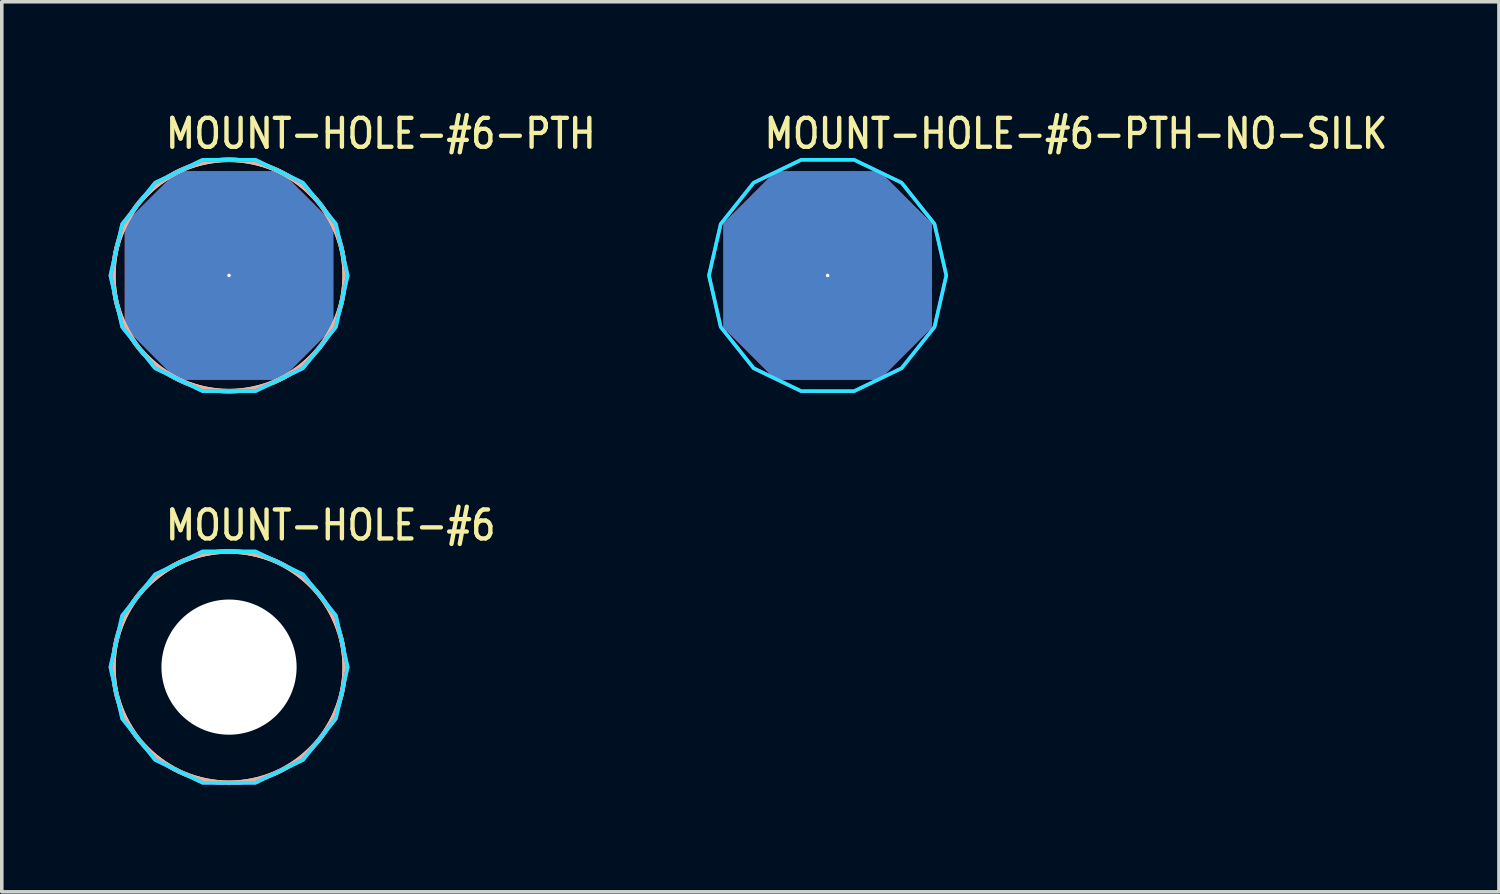
<source format=kicad_pcb>
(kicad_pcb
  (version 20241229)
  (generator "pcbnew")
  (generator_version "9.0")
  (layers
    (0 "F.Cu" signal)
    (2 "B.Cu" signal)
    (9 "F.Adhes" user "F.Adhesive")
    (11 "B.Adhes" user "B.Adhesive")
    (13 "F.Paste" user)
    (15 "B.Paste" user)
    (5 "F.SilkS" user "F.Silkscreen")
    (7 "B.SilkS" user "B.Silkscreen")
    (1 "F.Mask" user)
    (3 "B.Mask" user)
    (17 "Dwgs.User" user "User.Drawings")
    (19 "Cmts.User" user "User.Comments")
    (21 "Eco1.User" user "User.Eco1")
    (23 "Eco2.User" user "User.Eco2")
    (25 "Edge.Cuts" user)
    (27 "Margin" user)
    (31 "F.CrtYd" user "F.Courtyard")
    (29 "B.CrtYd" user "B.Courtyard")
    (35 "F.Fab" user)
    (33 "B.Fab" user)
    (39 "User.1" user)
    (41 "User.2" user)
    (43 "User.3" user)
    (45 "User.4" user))
  (footprint "MOUNT-HOLE-#6-PTH-NO-SILK"
    (layer "F.Cu")
    (at 20.2 4.689)
    (property "Reference" "MOUNT-HOLE-#6-PTH-NO-SILK" (at -1.84 -3.51 0) (unlocked yes) (layer "F.SilkS") (effects (font (size 0.813 0.695) (thickness 0.122)) (justify left bottom)))
    (fp_poly (pts (xy 3.334 0) (xy 3.003 -1.446) (xy 2.078 -2.606) (xy 0.742 -3.25) (xy -0.742 -3.25) (xy -2.078 -2.606) (xy -3.003 -1.446) (xy -3.334 0) (xy -3.003 1.446) (xy -2.078 2.606) (xy -0.742 3.25) (xy 0.742 3.25) (xy 2.078 2.606) (xy 3.003 1.446)) (stroke (width 0.1) (type solid)) (fill no) (layer "B.CrtYd"))
    (fp_poly (pts (xy 3.334 0) (xy 3.003 -1.446) (xy 2.078 -2.606) (xy 0.742 -3.25) (xy -0.742 -3.25) (xy -2.078 -2.606) (xy -3.003 -1.446) (xy -3.334 0) (xy -3.003 1.446) (xy -2.078 2.606) (xy -0.742 3.25) (xy 0.742 3.25) (xy 2.078 2.606) (xy 3.003 1.446)) (stroke (width 0.1) (type solid)) (fill no) (layer "F.CrtYd"))
    (pad "1" thru_hole custom (at 0 0) (size 0.1 0.1) (drill 3.797) (layers "*.Cu" "*.Mask") (options (anchor rect)) (primitives (gr_poly (pts (xy 2.87 1.435) (xy 1.435 2.87) (xy -1.435 2.87) (xy -2.87 1.435) (xy -2.87 -1.435) (xy -1.435 -2.87) (xy 1.435 -2.87) (xy 2.87 -1.435)) (width 0.12) (fill yes)))))
  (footprint "MOUNT-HOLE-#6-PTH"
    (layer "F.Cu")
    (at 3.384 4.689)
    (property "Reference" "MOUNT-HOLE-#6-PTH" (at -1.84 -3.51 0) (unlocked yes) (layer "F.SilkS") (effects (font (size 0.813 0.695) (thickness 0.122)) (justify left bottom)))
    (fp_circle (center 0 0) (end 3.25 0) (stroke (width 0.127) (type solid)) (fill no) (layer "F.SilkS"))
    (fp_circle (center 0 0) (end 3.25 0) (stroke (width 0.127) (type solid)) (fill no) (layer "B.SilkS"))
    (fp_poly (pts (xy 3.334 0) (xy 3.003 -1.446) (xy 2.078 -2.606) (xy 0.742 -3.25) (xy -0.742 -3.25) (xy -2.078 -2.606) (xy -3.003 -1.446) (xy -3.334 0) (xy -3.003 1.446) (xy -2.078 2.606) (xy -0.742 3.25) (xy 0.742 3.25) (xy 2.078 2.606) (xy 3.003 1.446)) (stroke (width 0.1) (type solid)) (fill no) (layer "B.CrtYd"))
    (fp_poly (pts (xy 3.334 0) (xy 3.003 -1.446) (xy 2.078 -2.606) (xy 0.742 -3.25) (xy -0.742 -3.25) (xy -2.078 -2.606) (xy -3.003 -1.446) (xy -3.334 0) (xy -3.003 1.446) (xy -2.078 2.606) (xy -0.742 3.25) (xy 0.742 3.25) (xy 2.078 2.606) (xy 3.003 1.446)) (stroke (width 0.1) (type solid)) (fill no) (layer "F.CrtYd"))
    (pad "1" thru_hole custom (at 0 0) (size 0.1 0.1) (drill 3.797) (layers "*.Cu" "*.Mask") (options (anchor rect)) (primitives (gr_poly (pts (xy 2.87 1.435) (xy 1.435 2.87) (xy -1.435 2.87) (xy -2.87 1.435) (xy -2.87 -1.435) (xy -1.435 -2.87) (xy 1.435 -2.87) (xy 2.87 -1.435)) (width 0.12) (fill yes)))))
  (footprint "MOUNT-HOLE-#6"
    (layer "F.Cu")
    (at 3.384 15.691)
    (property "Reference" "MOUNT-HOLE-#6" (at -1.84 -3.51 0) (unlocked yes) (layer "F.SilkS") (effects (font (size 0.813 0.695) (thickness 0.122)) (justify left bottom)))
    (fp_circle (center 0 0) (end 3.124 0) (stroke (width 0) (type solid)) (fill yes) (layer "F.Mask"))
    (fp_circle (center 0 0) (end 3.25 0) (stroke (width 0) (type solid)) (fill yes) (layer "F.Mask"))
    (fp_circle (center 0 0) (end 3.25 0) (stroke (width 0) (type solid)) (fill yes) (layer "F.Mask"))
    (fp_circle (center 0 0) (end 3.124 0) (stroke (width 0) (type solid)) (fill yes) (layer "B.Mask"))
    (fp_circle (center 0 0) (end 3.25 0) (stroke (width 0) (type solid)) (fill yes) (layer "B.Mask"))
    (fp_circle (center 0 0) (end 3.25 0) (stroke (width 0.127) (type solid)) (fill no) (layer "F.SilkS"))
    (fp_circle (center 0 0) (end 3.25 0) (stroke (width 0.127) (type solid)) (fill no) (layer "B.SilkS"))
    (fp_poly (pts (xy 3.334 0) (xy 3.003 -1.446) (xy 2.078 -2.606) (xy 0.742 -3.25) (xy -0.742 -3.25) (xy -2.078 -2.606) (xy -3.003 -1.446) (xy -3.334 0) (xy -3.003 1.446) (xy -2.078 2.606) (xy -0.742 3.25) (xy 0.742 3.25) (xy 2.078 2.606) (xy 3.003 1.446)) (stroke (width 0.1) (type solid)) (fill no) (layer "B.CrtYd"))
    (fp_poly (pts (xy 3.334 0) (xy 3.003 -1.446) (xy 2.078 -2.606) (xy 0.742 -3.25) (xy -0.742 -3.25) (xy -2.078 -2.606) (xy -3.003 -1.446) (xy -3.334 0) (xy -3.003 1.446) (xy -2.078 2.606) (xy -0.742 3.25) (xy 0.742 3.25) (xy 2.078 2.606) (xy 3.003 1.446)) (stroke (width 0.1) (type solid)) (fill no) (layer "F.CrtYd"))
    (pad "" np_thru_hole circle (at 0 0) (size 3.797 3.797) (drill 3.797) (layers "*.Cu" "*.Mask")))
  (gr_rect
    (start -3 -3)
    (end 39.059 22.004)
    (stroke (width 0.1) (type default))
    (fill no)
    (layer "Edge.Cuts")))
</source>
